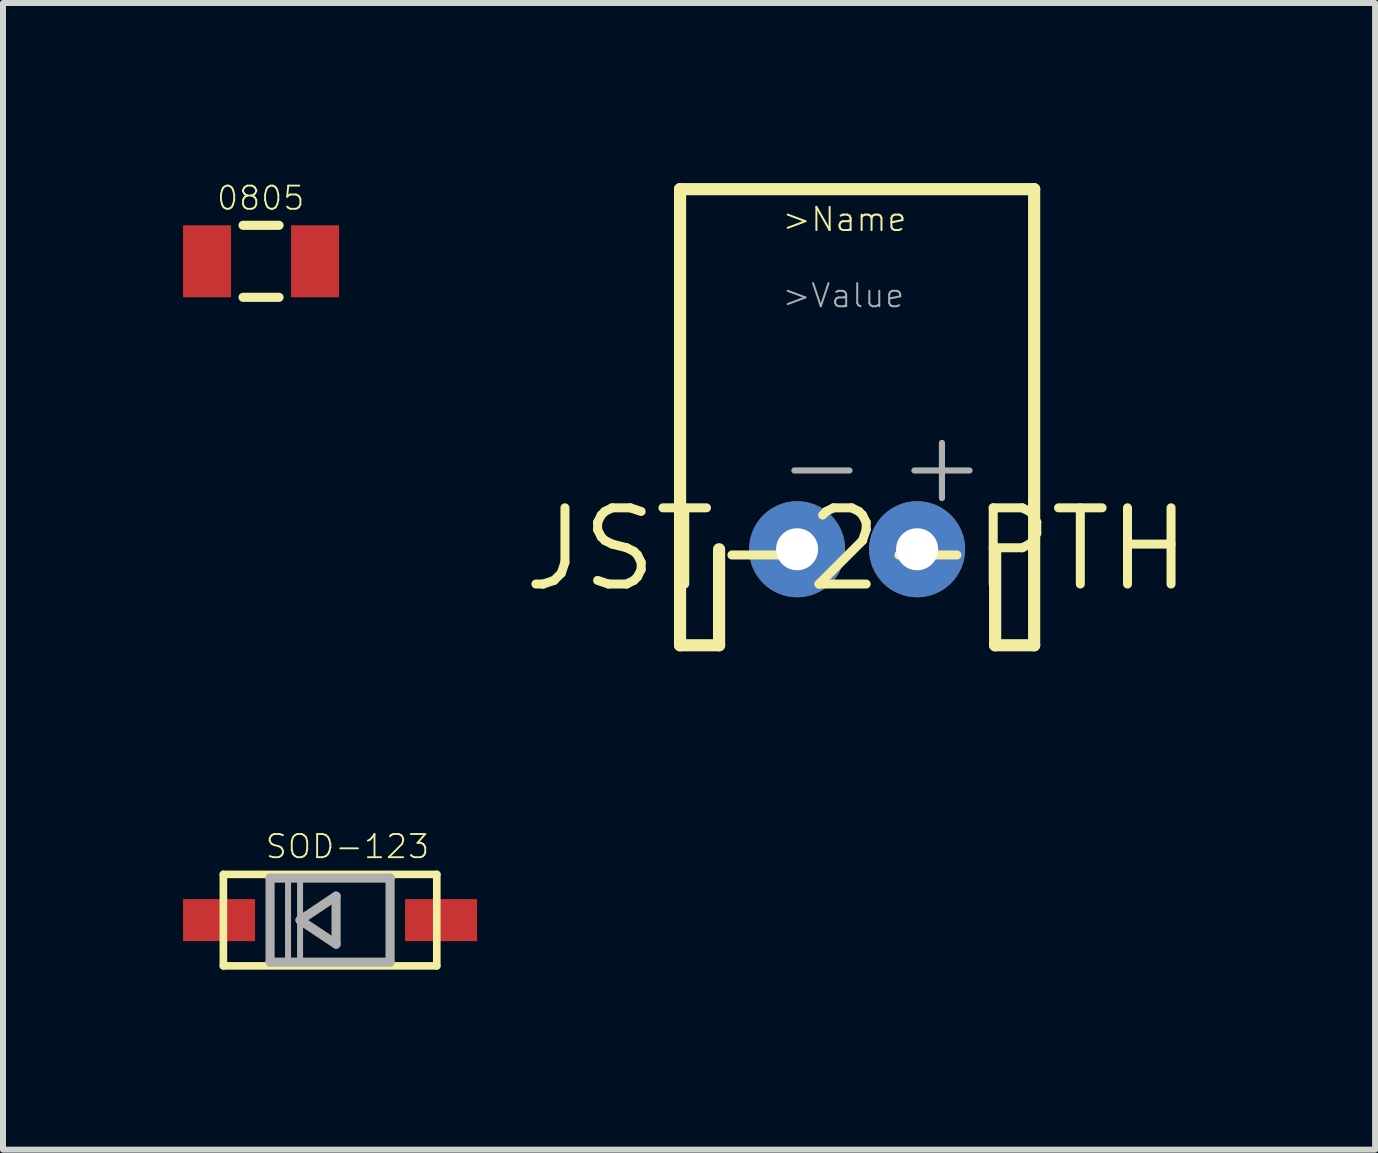
<source format=kicad_pcb>
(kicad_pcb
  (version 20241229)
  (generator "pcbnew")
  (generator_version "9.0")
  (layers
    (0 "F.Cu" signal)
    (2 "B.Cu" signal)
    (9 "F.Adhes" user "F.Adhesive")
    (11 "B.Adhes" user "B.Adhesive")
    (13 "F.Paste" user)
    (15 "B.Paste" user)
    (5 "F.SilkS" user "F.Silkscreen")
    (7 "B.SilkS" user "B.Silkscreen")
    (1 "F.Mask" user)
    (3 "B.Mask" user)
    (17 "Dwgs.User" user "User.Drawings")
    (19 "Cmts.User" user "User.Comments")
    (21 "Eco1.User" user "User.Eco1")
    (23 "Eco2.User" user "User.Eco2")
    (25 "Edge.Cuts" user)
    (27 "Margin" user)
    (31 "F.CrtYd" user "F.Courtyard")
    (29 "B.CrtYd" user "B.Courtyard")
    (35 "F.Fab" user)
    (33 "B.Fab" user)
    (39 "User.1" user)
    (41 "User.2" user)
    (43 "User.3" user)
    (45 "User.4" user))
  (footprint "SOD-123"
    (layer "F.Cu")
    (at 2.45 12.282)
    (property "Reference" "SOD-123" (at -1.1 -1 0) (layer "F.SilkS") (effects (font (size 0.386 0.386) (thickness 0.031)) (justify left bottom)))
    (attr through_hole)
    (fp_line (start -1.778 -0.762) (end 1.778 -0.762) (stroke (width 0.127) (type solid)) (layer "F.SilkS"))
    (fp_line (start -1.778 0.762) (end -1.778 -0.762) (stroke (width 0.127) (type solid)) (layer "F.SilkS"))
    (fp_line (start 1.778 -0.762) (end 1.778 0.762) (stroke (width 0.127) (type solid)) (layer "F.SilkS"))
    (fp_line (start 1.778 0.762) (end -1.778 0.762) (stroke (width 0.127) (type solid)) (layer "F.SilkS"))
    (fp_line (start -1 -0.7) (end 1 -0.7) (stroke (width 0.152) (type solid)) (layer "F.Fab"))
    (fp_line (start -1 0.7) (end -1 -0.7) (stroke (width 0.152) (type solid)) (layer "F.Fab"))
    (fp_line (start -0.5 0) (end 0.1 -0.4) (stroke (width 0.152) (type solid)) (layer "F.Fab"))
    (fp_line (start 0.1 -0.4) (end 0.1 0.4) (stroke (width 0.152) (type solid)) (layer "F.Fab"))
    (fp_line (start 0.1 0.4) (end -0.5 0) (stroke (width 0.152) (type solid)) (layer "F.Fab"))
    (fp_line (start 1 -0.7) (end 1 0.7) (stroke (width 0.152) (type solid)) (layer "F.Fab"))
    (fp_line (start 1 0.7) (end -1 0.7) (stroke (width 0.152) (type solid)) (layer "F.Fab"))
    (fp_poly (pts (xy -0.7 0.7) (xy -0.5 0.7) (xy -0.5 -0.7) (xy -0.7 -0.7)) (stroke (width 0.1) (type solid)) (fill no) (layer "F.Fab"))
    (pad "A" smd rect (at 1.85 0) (size 1.2 0.7) (layers "F.Cu" "F.Mask" "F.Paste"))
    (pad "C" smd rect (at -1.85 0) (size 1.2 0.7) (layers "F.Cu" "F.Mask" "F.Paste")))
  (footprint "JST-2-PTH"
    (layer "F.Cu")
    (at 11.232 6.102)
    (property "Reference" "JST-2-PTH" (at 0 0 0) (layer "F.SilkS") (effects (font (size 1.27 1.27) (thickness 0.15))))
    (attr through_hole)
    (fp_line (start -2.95 -6) (end 2.95 -6) (stroke (width 0.203) (type solid)) (layer "F.SilkS"))
    (fp_line (start -2.95 1.6) (end -2.95 -6) (stroke (width 0.203) (type solid)) (layer "F.SilkS"))
    (fp_line (start -2.95 1.6) (end -2.3 1.6) (stroke (width 0.203) (type solid)) (layer "F.SilkS"))
    (fp_line (start -2.3 1.6) (end -2.3 0) (stroke (width 0.203) (type solid)) (layer "F.SilkS"))
    (fp_line (start 2.3 1.6) (end 2.3 0) (stroke (width 0.203) (type solid)) (layer "F.SilkS"))
    (fp_line (start 2.95 -6) (end 2.95 1.6) (stroke (width 0.203) (type solid)) (layer "F.SilkS"))
    (fp_line (start 2.95 1.6) (end 2.3 1.6) (stroke (width 0.203) (type solid)) (layer "F.SilkS"))
    (fp_text user ">Name" (at -1.27 -5.27 0) (layer "F.SilkS") (effects (font (size 0.386 0.386) (thickness 0.033)) (justify left bottom)))
    (fp_text user ">Value" (at -1.27 -4 0) (layer "F.Fab") (effects (font (size 0.386 0.386) (thickness 0.033)) (justify left bottom)))
    (fp_text user "+" (at 0.6 -0.7 0) (layer "F.Fab") (effects (font (size 1.206 1.206) (thickness 0.102)) (justify left bottom)))
    (fp_text user "-" (at -1.4 -0.7 0) (layer "F.Fab") (effects (font (size 1.206 1.206) (thickness 0.102)) (justify left bottom)))
    (pad "1" thru_hole circle (at -1 0) (size 1.6 1.6) (drill 0.7) (layers "*.Cu" "*.Mask"))
    (pad "2" thru_hole circle (at 1 0) (size 1.6 1.6) (drill 0.7) (layers "*.Cu" "*.Mask")))
  (footprint "0805"
    (layer "F.Cu")
    (at 1.3 1.304)
    (property "Reference" "0805" (at -0.762 -0.826 0) (layer "F.SilkS") (effects (font (size 0.386 0.386) (thickness 0.031)) (justify left bottom)))
    (attr through_hole)
    (fp_line (start -0.3 -0.6) (end 0.3 -0.6) (stroke (width 0.152) (type solid)) (layer "F.SilkS"))
    (fp_line (start -0.3 0.6) (end 0.3 0.6) (stroke (width 0.152) (type solid)) (layer "F.SilkS"))
    (pad "1" smd rect (at -0.9 0) (size 0.8 1.2) (layers "F.Cu" "F.Mask" "F.Paste"))
    (pad "2" smd rect (at 0.9 0) (size 0.8 1.2) (layers "F.Cu" "F.Mask" "F.Paste")))
  (gr_rect
    (start -3 -3)
    (end 19.863 16.107)
    (stroke (width 0.1) (type default))
    (fill no)
    (layer "Edge.Cuts")))
</source>
